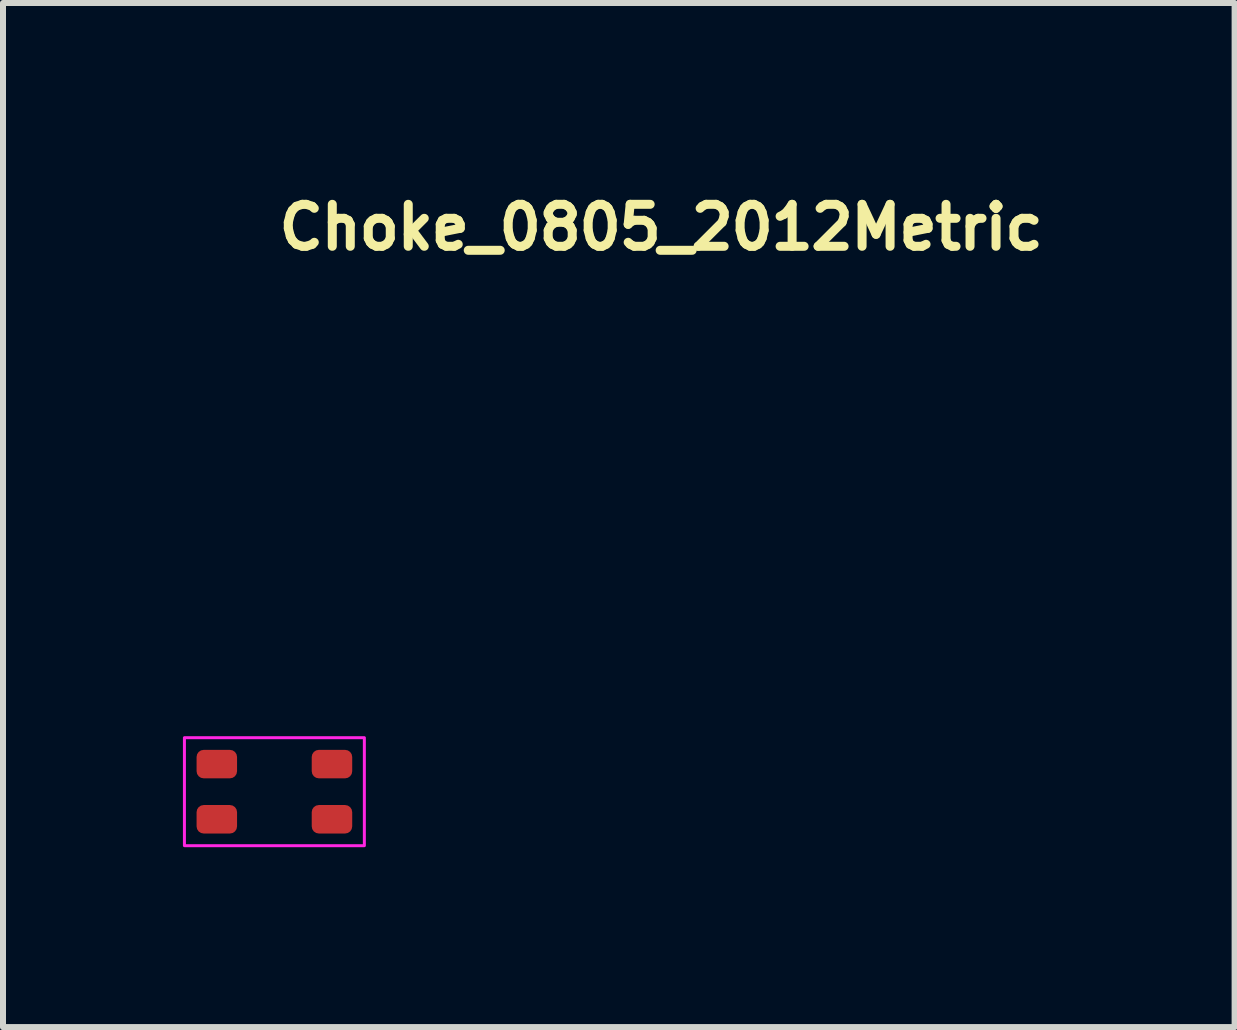
<source format=kicad_pcb>
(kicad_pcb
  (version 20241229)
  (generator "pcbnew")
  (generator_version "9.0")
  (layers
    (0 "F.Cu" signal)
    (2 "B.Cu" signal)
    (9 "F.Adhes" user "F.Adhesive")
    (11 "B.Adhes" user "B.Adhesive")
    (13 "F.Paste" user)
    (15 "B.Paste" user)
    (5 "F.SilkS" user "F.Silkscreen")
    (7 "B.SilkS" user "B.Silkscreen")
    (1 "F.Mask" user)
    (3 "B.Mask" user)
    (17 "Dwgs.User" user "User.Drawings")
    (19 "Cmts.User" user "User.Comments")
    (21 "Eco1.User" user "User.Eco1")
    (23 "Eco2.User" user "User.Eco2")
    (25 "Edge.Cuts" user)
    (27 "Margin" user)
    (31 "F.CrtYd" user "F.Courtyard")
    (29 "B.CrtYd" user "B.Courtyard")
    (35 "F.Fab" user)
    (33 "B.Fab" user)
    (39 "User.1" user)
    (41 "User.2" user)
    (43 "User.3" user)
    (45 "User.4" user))
  (footprint "Choke_0805_2012Metric"
    (layer "F.Cu")
    (at 1.525 10.15)
    (property "Reference" "Choke_0805_2012Metric" (at 0 -9 0) (unlocked yes) (layer "F.SilkS") (effects (font (size 0.7 0.7) (thickness 0.15)) (justify left bottom)))
    (attr smd)
    (fp_rect (start -1.5 -0.9) (end 1.5 0.9) (stroke (width 0.05) (type solid)) (fill no) (layer "F.CrtYd"))
    (fp_rect (start -1 -0.6) (end 1 0.6) (stroke (width 0.1) (type solid)) (fill no) (layer "User.5"))
    (fp_line (start -1 -0.6) (end 1 -0.6) (stroke (width 0.02) (type solid)) (layer "User.9"))
    (fp_line (start -1 0.6) (end -1 -0.6) (stroke (width 0.02) (type solid)) (layer "User.9"))
    (fp_line (start -1 0.6) (end 1 0.6) (stroke (width 0.02) (type solid)) (layer "User.9"))
    (fp_line (start 1 0.6) (end 1 -0.6) (stroke (width 0.02) (type solid)) (layer "User.9"))
    (pad "1" smd roundrect (at -0.96 -0.46) (size 0.675 0.475) (layers "F.Cu" "F.Mask" "F.Paste") (roundrect_rratio 0.25))
    (pad "2" smd roundrect (at 0.96 -0.46) (size 0.675 0.475) (layers "F.Cu" "F.Mask" "F.Paste") (roundrect_rratio 0.25))
    (pad "3" smd roundrect (at 0.96 0.46) (size 0.675 0.475) (layers "F.Cu" "F.Mask" "F.Paste") (roundrect_rratio 0.25))
    (pad "4" smd roundrect (at -0.96 0.46) (size 0.675 0.475) (layers "F.Cu" "F.Mask" "F.Paste") (roundrect_rratio 0.25)))
  (gr_rect
    (start -3 -3)
    (end 17.535 14.075)
    (stroke (width 0.1) (type default))
    (fill no)
    (layer "Edge.Cuts")))
</source>
